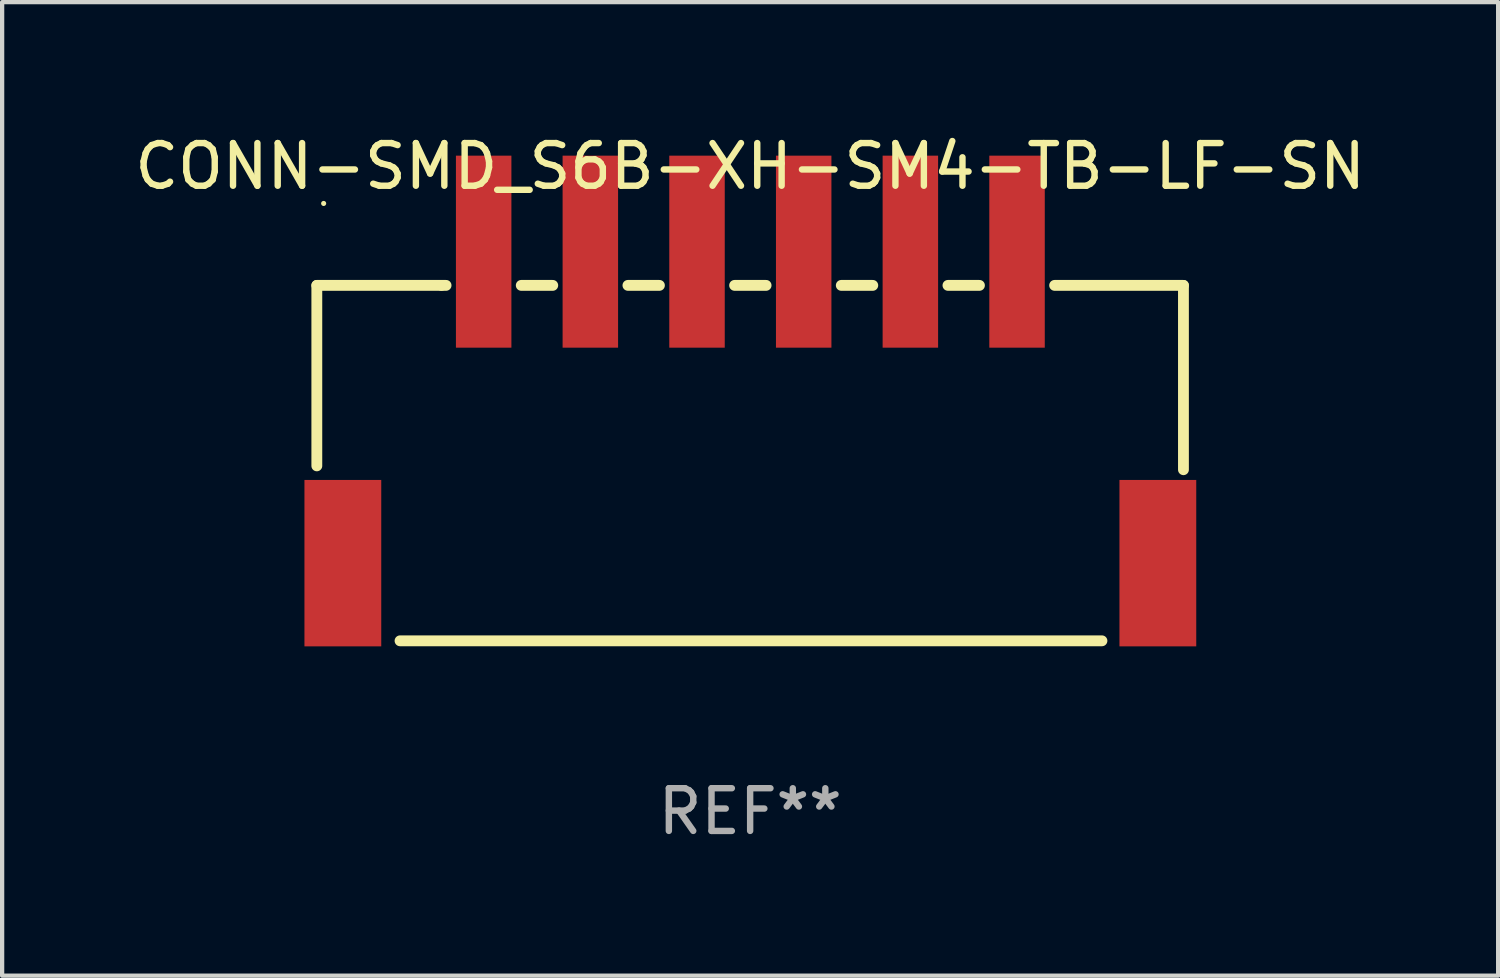
<source format=kicad_pcb>
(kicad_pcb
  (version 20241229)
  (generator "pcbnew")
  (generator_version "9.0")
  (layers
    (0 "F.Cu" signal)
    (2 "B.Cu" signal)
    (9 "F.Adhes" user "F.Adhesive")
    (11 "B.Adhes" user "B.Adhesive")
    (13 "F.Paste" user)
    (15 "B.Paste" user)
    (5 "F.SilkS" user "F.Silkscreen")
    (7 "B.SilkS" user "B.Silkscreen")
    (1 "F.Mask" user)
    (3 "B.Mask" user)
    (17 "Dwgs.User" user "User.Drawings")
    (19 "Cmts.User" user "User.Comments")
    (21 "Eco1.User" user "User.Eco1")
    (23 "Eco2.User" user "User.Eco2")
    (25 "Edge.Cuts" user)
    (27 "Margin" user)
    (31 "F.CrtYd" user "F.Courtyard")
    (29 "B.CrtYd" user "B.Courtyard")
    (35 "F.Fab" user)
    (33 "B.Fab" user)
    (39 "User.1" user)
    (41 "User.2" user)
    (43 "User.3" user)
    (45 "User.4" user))
  (footprint "CONN-SMD_S6B-XH-SM4-TB-LF-SN"
    (layer "F.Cu")
    (at 14.535 6.498)
    (property "Reference" "CONN-SMD_S6B-XH-SM4-TB-LF-SN" (at -0.005 -5.65 0) (layer "F.SilkS") (effects (font (size 1 1) (thickness 0.15))))
    (attr smd)
    (fp_line (start -10.16 -2.86) (end -10.16 1.37) (stroke (width 0.254) (type solid)) (layer "F.SilkS"))
    (fp_line (start -8.21 5.47) (end 8.24 5.47) (stroke (width 0.254) (type solid)) (layer "F.SilkS"))
    (fp_line (start -7.24 -2.86) (end -10.16 -2.86) (stroke (width 0.254) (type solid)) (layer "F.SilkS"))
    (fp_line (start -7.24 -2.86) (end -7.131 -2.86) (stroke (width 0.254) (type solid)) (layer "F.SilkS"))
    (fp_line (start -5.369 -2.86) (end -4.631 -2.86) (stroke (width 0.254) (type solid)) (layer "F.SilkS"))
    (fp_line (start -2.869 -2.86) (end -2.131 -2.86) (stroke (width 0.254) (type solid)) (layer "F.SilkS"))
    (fp_line (start -0.369 -2.86) (end 0.369 -2.86) (stroke (width 0.254) (type solid)) (layer "F.SilkS"))
    (fp_line (start 2.131 -2.86) (end 2.869 -2.86) (stroke (width 0.254) (type solid)) (layer "F.SilkS"))
    (fp_line (start 4.631 -2.86) (end 5.369 -2.86) (stroke (width 0.254) (type solid)) (layer "F.SilkS"))
    (fp_line (start 7.131 -2.86) (end 10.15 -2.86) (stroke (width 0.254) (type solid)) (layer "F.SilkS"))
    (fp_line (start 10.15 -2.86) (end 10.15 1.46) (stroke (width 0.254) (type solid)) (layer "F.SilkS"))
    (fp_circle (center -10 -4.78) (end -9.97 -4.78) (stroke (width 0.06) (type solid)) (fill no) (layer "F.SilkS"))
    (fp_text user "REF**" (at -0.005 9.47 0) (layer "F.Fab") (effects (font (size 1 1) (thickness 0.15))))
    (pad "1" smd rect (at -6.25 -3.65) (size 1.3 4.5) (layers "F.Cu" "F.Mask" "F.Paste"))
    (pad "2" smd rect (at -3.75 -3.65) (size 1.3 4.5) (layers "F.Cu" "F.Mask" "F.Paste"))
    (pad "3" smd rect (at -1.25 -3.65) (size 1.3 4.5) (layers "F.Cu" "F.Mask" "F.Paste"))
    (pad "4" smd rect (at 1.25 -3.65) (size 1.3 4.5) (layers "F.Cu" "F.Mask" "F.Paste"))
    (pad "5" smd rect (at 3.75 -3.65) (size 1.3 4.5) (layers "F.Cu" "F.Mask" "F.Paste"))
    (pad "6" smd rect (at 6.25 -3.65) (size 1.3 4.5) (layers "F.Cu" "F.Mask" "F.Paste"))
    (pad "7" smd rect (at 9.55 3.65) (size 1.8 3.9) (layers "F.Cu" "F.Mask" "F.Paste"))
    (pad "8" smd rect (at -9.55 3.65) (size 1.8 3.9) (layers "F.Cu" "F.Mask" "F.Paste")))
  (gr_rect
    (start -3 -3)
    (end 32.06 19.816)
    (stroke (width 0.1) (type default))
    (fill no)
    (layer "Edge.Cuts")))
</source>
